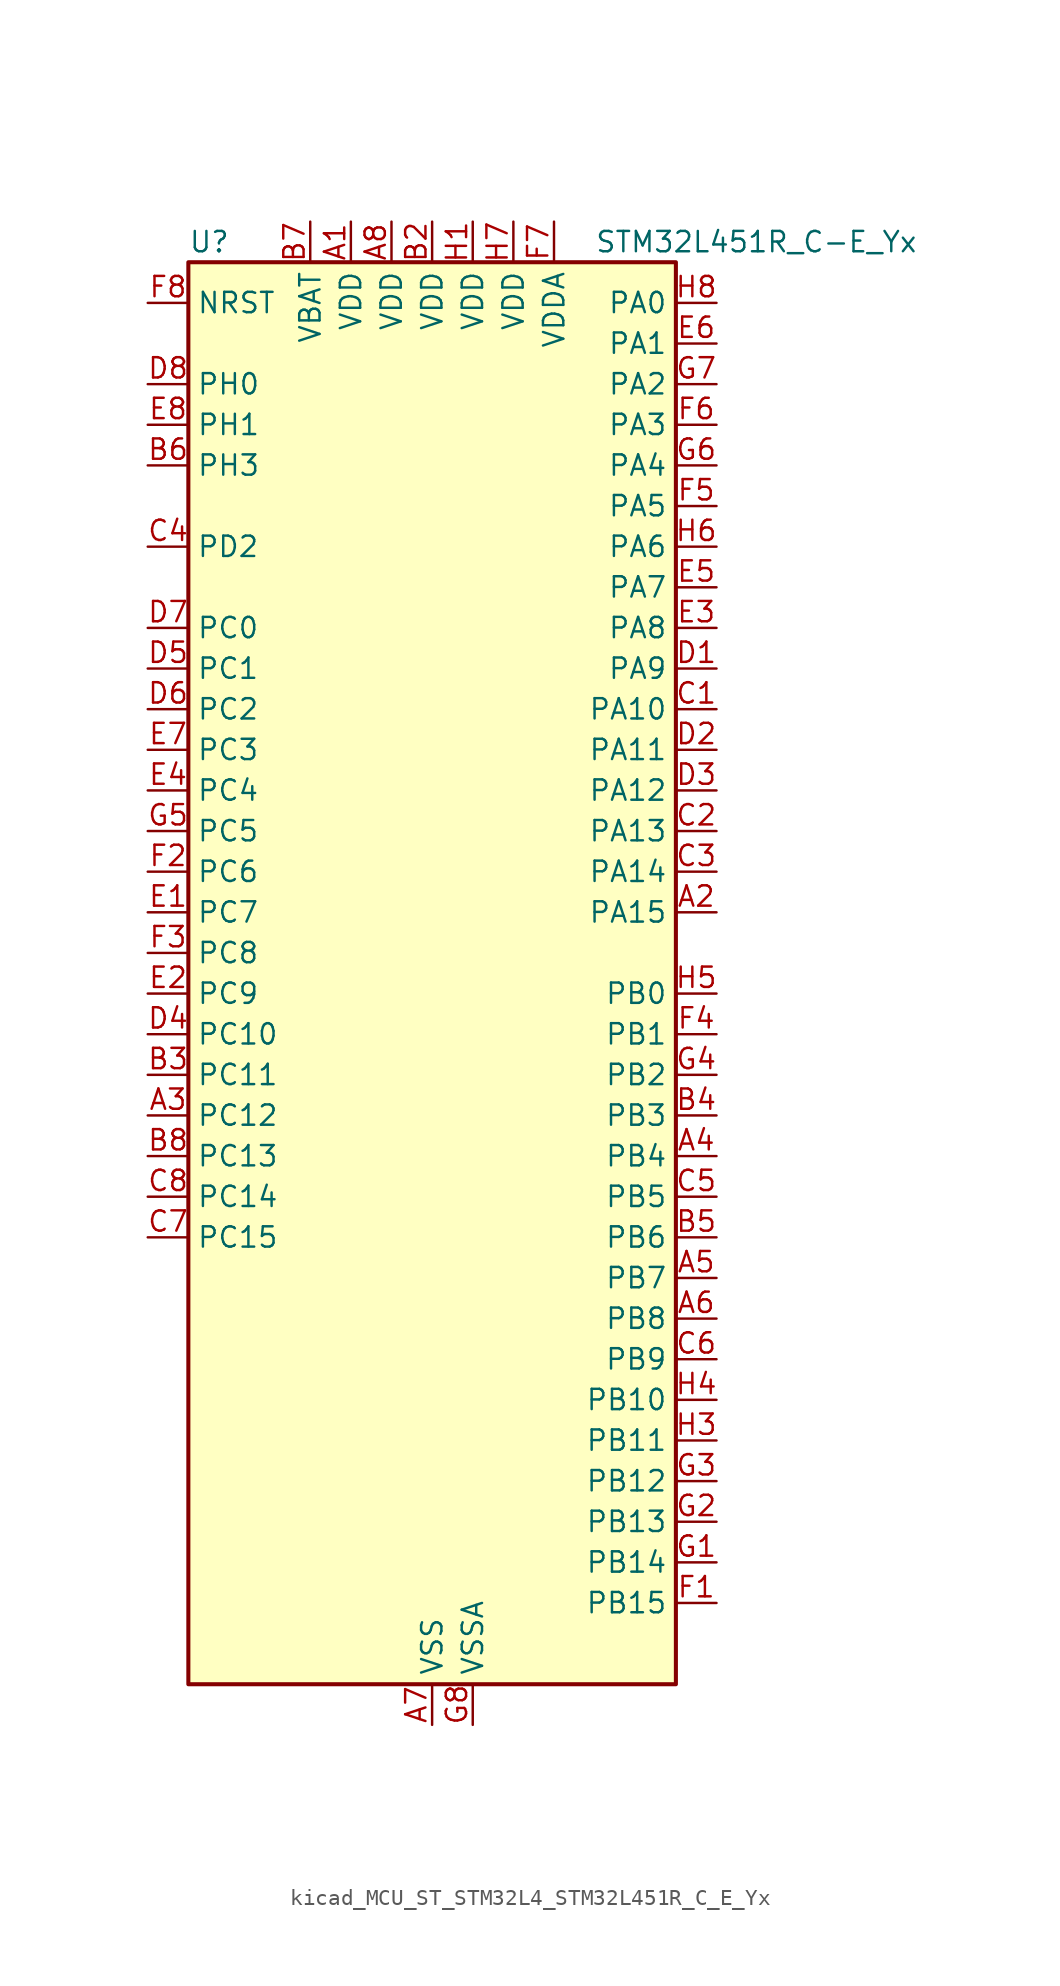
<source format=kicad_sym>
(kicad_symbol_lib
  (version 20220914)
  (generator kicad_symbol_editor)
  (symbol "kicad_MCU_ST_STM32L4_STM32L451R_C_E_Yx"
    (property "Reference" "U"
      (at -15.24 46.99 0)
      (effects (font (size 1.27 1.27)) (justify left)))
    (property "Value" "STM32L451R_C-E_Yx"
      (at 10.16 46.99 0)
      (effects (font (size 1.27 1.27)) (justify left)))
    (property "ki_locked" ""
      (at 0 0 0)
      (effects (font (size 1.27 1.27))))
    (symbol "kicad_MCU_ST_STM32L4_STM32L451R_C_E_Yx_0_1"
      (rectangle (start -15.24 -43.18) (end 15.24 45.72) (stroke (width 0.254) (type default)) (fill (type background))))
    (symbol "kicad_MCU_ST_STM32L4_STM32L451R_C_E_Yx_1_1"
      (pin power_in line (at -5.08 48.26 270) (length 2.54) (name "VDD" (effects (font (size 1.27 1.27)))) (number "A1" (effects (font (size 1.27 1.27)))))
      (pin bidirectional line (at 17.78 5.08 180) (length 2.54) (name "PA15" (effects (font (size 1.27 1.27)))) (number "A2" (effects (font (size 1.27 1.27)))) (alternate "ADC1_EXTI15" bidirectional line) (alternate "SPI1_NSS" bidirectional line) (alternate "SPI3_NSS" bidirectional line) (alternate "SYS_JTDI" bidirectional line) (alternate "TIM2_CH1" bidirectional line) (alternate "TIM2_ETR" bidirectional line) (alternate "TSC_G3_IO1" bidirectional line) (alternate "UART4_DE" bidirectional line) (alternate "UART4_RTS" bidirectional line) (alternate "USART2_RX" bidirectional line) (alternate "USART3_DE" bidirectional line) (alternate "USART3_RTS" bidirectional line))
      (pin bidirectional line (at -17.78 -7.62 0) (length 2.54) (name "PC12" (effects (font (size 1.27 1.27)))) (number "A3" (effects (font (size 1.27 1.27)))) (alternate "SDMMC1_CK" bidirectional line) (alternate "SPI3_MOSI" bidirectional line) (alternate "SYS_TRACED3" bidirectional line) (alternate "TSC_G3_IO4" bidirectional line) (alternate "USART3_CK" bidirectional line))
      (pin bidirectional line (at 17.78 -10.16 180) (length 2.54) (name "PB4" (effects (font (size 1.27 1.27)))) (number "A4" (effects (font (size 1.27 1.27)))) (alternate "COMP2_INP" bidirectional line) (alternate "I2C3_SDA" bidirectional line) (alternate "SAI1_MCLK_B" bidirectional line) (alternate "SPI1_MISO" bidirectional line) (alternate "SPI3_MISO" bidirectional line) (alternate "SYS_JTRST" bidirectional line) (alternate "TIM3_CH1" bidirectional line) (alternate "TSC_G2_IO1" bidirectional line) (alternate "USART1_CTS" bidirectional line))
      (pin bidirectional line (at 17.78 -17.78 180) (length 2.54) (name "PB7" (effects (font (size 1.27 1.27)))) (number "A5" (effects (font (size 1.27 1.27)))) (alternate "COMP2_INM" bidirectional line) (alternate "I2C1_SDA" bidirectional line) (alternate "I2C4_SDA" bidirectional line) (alternate "LPTIM1_IN2" bidirectional line) (alternate "SYS_PVD_IN" bidirectional line) (alternate "TSC_G2_IO4" bidirectional line) (alternate "UART4_CTS" bidirectional line) (alternate "USART1_RX" bidirectional line))
      (pin bidirectional line (at 17.78 -20.32 180) (length 2.54) (name "PB8" (effects (font (size 1.27 1.27)))) (number "A6" (effects (font (size 1.27 1.27)))) (alternate "CAN1_RX" bidirectional line) (alternate "I2C1_SCL" bidirectional line) (alternate "SAI1_MCLK_A" bidirectional line) (alternate "SDMMC1_D4" bidirectional line) (alternate "TIM16_CH1" bidirectional line))
      (pin power_in line (at 0 -45.72 90) (length 2.54) (name "VSS" (effects (font (size 1.27 1.27)))) (number "A7" (effects (font (size 1.27 1.27)))))
      (pin power_in line (at -2.54 48.26 270) (length 2.54) (name "VDD" (effects (font (size 1.27 1.27)))) (number "A8" (effects (font (size 1.27 1.27)))))
      (pin passive line (at 0 -45.72 90) (length 2.54) hide (name "VSS" (effects (font (size 1.27 1.27)))) (number "B1" (effects (font (size 1.27 1.27)))))
      (pin power_in line (at 0 48.26 270) (length 2.54) (name "VDD" (effects (font (size 1.27 1.27)))) (number "B2" (effects (font (size 1.27 1.27)))))
      (pin bidirectional line (at -17.78 -5.08 0) (length 2.54) (name "PC11" (effects (font (size 1.27 1.27)))) (number "B3" (effects (font (size 1.27 1.27)))) (alternate "ADC1_EXTI11" bidirectional line) (alternate "SDMMC1_D3" bidirectional line) (alternate "SPI3_MISO" bidirectional line) (alternate "TSC_G3_IO3" bidirectional line) (alternate "UART4_RX" bidirectional line) (alternate "USART3_RX" bidirectional line))
      (pin bidirectional line (at 17.78 -7.62 180) (length 2.54) (name "PB3" (effects (font (size 1.27 1.27)))) (number "B4" (effects (font (size 1.27 1.27)))) (alternate "COMP2_INM" bidirectional line) (alternate "SAI1_SCK_B" bidirectional line) (alternate "SPI1_SCK" bidirectional line) (alternate "SPI3_SCK" bidirectional line) (alternate "SYS_JTDO-SWO" bidirectional line) (alternate "TIM2_CH2" bidirectional line) (alternate "USART1_DE" bidirectional line) (alternate "USART1_RTS" bidirectional line))
      (pin bidirectional line (at 17.78 -15.24 180) (length 2.54) (name "PB6" (effects (font (size 1.27 1.27)))) (number "B5" (effects (font (size 1.27 1.27)))) (alternate "CAN1_TX" bidirectional line) (alternate "COMP2_INP" bidirectional line) (alternate "I2C1_SCL" bidirectional line) (alternate "I2C4_SCL" bidirectional line) (alternate "LPTIM1_ETR" bidirectional line) (alternate "SAI1_FS_B" bidirectional line) (alternate "TIM16_CH1N" bidirectional line) (alternate "TSC_G2_IO3" bidirectional line) (alternate "USART1_TX" bidirectional line))
      (pin bidirectional line (at -17.78 33.02 0) (length 2.54) (name "PH3" (effects (font (size 1.27 1.27)))) (number "B6" (effects (font (size 1.27 1.27)))))
      (pin power_in line (at -7.62 48.26 270) (length 2.54) (name "VBAT" (effects (font (size 1.27 1.27)))) (number "B7" (effects (font (size 1.27 1.27)))))
      (pin bidirectional line (at -17.78 -10.16 0) (length 2.54) (name "PC13" (effects (font (size 1.27 1.27)))) (number "B8" (effects (font (size 1.27 1.27)))) (alternate "RTC_OUT_ALARM" bidirectional line) (alternate "RTC_OUT_CALIB" bidirectional line) (alternate "RTC_TAMP1" bidirectional line) (alternate "RTC_TS" bidirectional line) (alternate "SYS_WKUP2" bidirectional line))
      (pin bidirectional line (at 17.78 17.78 180) (length 2.54) (name "PA10" (effects (font (size 1.27 1.27)))) (number "C1" (effects (font (size 1.27 1.27)))) (alternate "I2C1_SDA" bidirectional line) (alternate "SAI1_SD_A" bidirectional line) (alternate "TIM1_CH3" bidirectional line) (alternate "USART1_RX" bidirectional line))
      (pin bidirectional line (at 17.78 10.16 180) (length 2.54) (name "PA13" (effects (font (size 1.27 1.27)))) (number "C2" (effects (font (size 1.27 1.27)))) (alternate "IR_OUT" bidirectional line) (alternate "SAI1_SD_B" bidirectional line) (alternate "SYS_JTMS-SWDIO" bidirectional line))
      (pin bidirectional line (at 17.78 7.62 180) (length 2.54) (name "PA14" (effects (font (size 1.27 1.27)))) (number "C3" (effects (font (size 1.27 1.27)))) (alternate "I2C1_SMBA" bidirectional line) (alternate "I2C4_SMBA" bidirectional line) (alternate "LPTIM1_OUT" bidirectional line) (alternate "SAI1_FS_B" bidirectional line) (alternate "SYS_JTCK-SWCLK" bidirectional line))
      (pin bidirectional line (at -17.78 27.94 0) (length 2.54) (name "PD2" (effects (font (size 1.27 1.27)))) (number "C4" (effects (font (size 1.27 1.27)))) (alternate "SDMMC1_CMD" bidirectional line) (alternate "SYS_TRACED2" bidirectional line) (alternate "TIM3_ETR" bidirectional line) (alternate "TSC_SYNC" bidirectional line) (alternate "USART3_DE" bidirectional line) (alternate "USART3_RTS" bidirectional line))
      (pin bidirectional line (at 17.78 -12.7 180) (length 2.54) (name "PB5" (effects (font (size 1.27 1.27)))) (number "C5" (effects (font (size 1.27 1.27)))) (alternate "CAN1_RX" bidirectional line) (alternate "COMP2_OUT" bidirectional line) (alternate "I2C1_SMBA" bidirectional line) (alternate "LPTIM1_IN1" bidirectional line) (alternate "SAI1_SD_B" bidirectional line) (alternate "SPI1_MOSI" bidirectional line) (alternate "SPI3_MOSI" bidirectional line) (alternate "TIM16_BKIN" bidirectional line) (alternate "TIM3_CH2" bidirectional line) (alternate "TSC_G2_IO2" bidirectional line) (alternate "USART1_CK" bidirectional line))
      (pin bidirectional line (at 17.78 -22.86 180) (length 2.54) (name "PB9" (effects (font (size 1.27 1.27)))) (number "C6" (effects (font (size 1.27 1.27)))) (alternate "CAN1_TX" bidirectional line) (alternate "DAC1_EXTI9" bidirectional line) (alternate "I2C1_SDA" bidirectional line) (alternate "IR_OUT" bidirectional line) (alternate "SAI1_FS_A" bidirectional line) (alternate "SDMMC1_D5" bidirectional line) (alternate "SPI2_NSS" bidirectional line))
      (pin bidirectional line (at -17.78 -15.24 0) (length 2.54) (name "PC15" (effects (font (size 1.27 1.27)))) (number "C7" (effects (font (size 1.27 1.27)))) (alternate "ADC1_EXTI15" bidirectional line) (alternate "RCC_OSC32_OUT" bidirectional line))
      (pin bidirectional line (at -17.78 -12.7 0) (length 2.54) (name "PC14" (effects (font (size 1.27 1.27)))) (number "C8" (effects (font (size 1.27 1.27)))) (alternate "RCC_OSC32_IN" bidirectional line))
      (pin bidirectional line (at 17.78 20.32 180) (length 2.54) (name "PA9" (effects (font (size 1.27 1.27)))) (number "D1" (effects (font (size 1.27 1.27)))) (alternate "DAC1_EXTI9" bidirectional line) (alternate "DFSDM1_DATIN1" bidirectional line) (alternate "I2C1_SCL" bidirectional line) (alternate "SAI1_FS_A" bidirectional line) (alternate "TIM15_BKIN" bidirectional line) (alternate "TIM1_CH2" bidirectional line) (alternate "USART1_TX" bidirectional line))
      (pin bidirectional line (at 17.78 15.24 180) (length 2.54) (name "PA11" (effects (font (size 1.27 1.27)))) (number "D2" (effects (font (size 1.27 1.27)))) (alternate "ADC1_EXTI11" bidirectional line) (alternate "CAN1_RX" bidirectional line) (alternate "COMP1_OUT" bidirectional line) (alternate "SPI1_MISO" bidirectional line) (alternate "TIM1_BKIN2" bidirectional line) (alternate "TIM1_BKIN2_COMP1" bidirectional line) (alternate "TIM1_CH4" bidirectional line) (alternate "USART1_CTS" bidirectional line))
      (pin bidirectional line (at 17.78 12.7 180) (length 2.54) (name "PA12" (effects (font (size 1.27 1.27)))) (number "D3" (effects (font (size 1.27 1.27)))) (alternate "CAN1_TX" bidirectional line) (alternate "SPI1_MOSI" bidirectional line) (alternate "TIM1_ETR" bidirectional line) (alternate "USART1_DE" bidirectional line) (alternate "USART1_RTS" bidirectional line))
      (pin bidirectional line (at -17.78 -2.54 0) (length 2.54) (name "PC10" (effects (font (size 1.27 1.27)))) (number "D4" (effects (font (size 1.27 1.27)))) (alternate "SDMMC1_D2" bidirectional line) (alternate "SPI3_SCK" bidirectional line) (alternate "SYS_TRACED1" bidirectional line) (alternate "TSC_G3_IO2" bidirectional line) (alternate "UART4_TX" bidirectional line) (alternate "USART3_TX" bidirectional line))
      (pin bidirectional line (at -17.78 20.32 0) (length 2.54) (name "PC1" (effects (font (size 1.27 1.27)))) (number "D5" (effects (font (size 1.27 1.27)))) (alternate "ADC1_IN2" bidirectional line) (alternate "I2C3_SDA" bidirectional line) (alternate "I2C4_SDA" bidirectional line) (alternate "LPTIM1_OUT" bidirectional line) (alternate "LPUART1_TX" bidirectional line) (alternate "SYS_TRACED0" bidirectional line))
      (pin bidirectional line (at -17.78 17.78 0) (length 2.54) (name "PC2" (effects (font (size 1.27 1.27)))) (number "D6" (effects (font (size 1.27 1.27)))) (alternate "ADC1_IN3" bidirectional line) (alternate "DFSDM1_CKOUT" bidirectional line) (alternate "LPTIM1_IN2" bidirectional line) (alternate "SPI2_MISO" bidirectional line))
      (pin bidirectional line (at -17.78 22.86 0) (length 2.54) (name "PC0" (effects (font (size 1.27 1.27)))) (number "D7" (effects (font (size 1.27 1.27)))) (alternate "ADC1_IN1" bidirectional line) (alternate "I2C3_SCL" bidirectional line) (alternate "I2C4_SCL" bidirectional line) (alternate "LPTIM1_IN1" bidirectional line) (alternate "LPTIM2_IN1" bidirectional line) (alternate "LPUART1_RX" bidirectional line))
      (pin bidirectional line (at -17.78 38.1 0) (length 2.54) (name "PH0" (effects (font (size 1.27 1.27)))) (number "D8" (effects (font (size 1.27 1.27)))) (alternate "RCC_OSC_IN" bidirectional line))
      (pin bidirectional line (at -17.78 5.08 0) (length 2.54) (name "PC7" (effects (font (size 1.27 1.27)))) (number "E1" (effects (font (size 1.27 1.27)))) (alternate "DFSDM1_DATIN3" bidirectional line) (alternate "SDMMC1_D7" bidirectional line) (alternate "TIM3_CH2" bidirectional line) (alternate "TSC_G4_IO2" bidirectional line))
      (pin bidirectional line (at -17.78 0 0) (length 2.54) (name "PC9" (effects (font (size 1.27 1.27)))) (number "E2" (effects (font (size 1.27 1.27)))) (alternate "DAC1_EXTI9" bidirectional line) (alternate "SDMMC1_D1" bidirectional line) (alternate "TIM3_CH4" bidirectional line) (alternate "TSC_G4_IO4" bidirectional line))
      (pin bidirectional line (at 17.78 22.86 180) (length 2.54) (name "PA8" (effects (font (size 1.27 1.27)))) (number "E3" (effects (font (size 1.27 1.27)))) (alternate "DFSDM1_CKIN1" bidirectional line) (alternate "LPTIM2_OUT" bidirectional line) (alternate "RCC_MCO" bidirectional line) (alternate "SAI1_SCK_A" bidirectional line) (alternate "TIM1_CH1" bidirectional line) (alternate "USART1_CK" bidirectional line))
      (pin bidirectional line (at -17.78 12.7 0) (length 2.54) (name "PC4" (effects (font (size 1.27 1.27)))) (number "E4" (effects (font (size 1.27 1.27)))) (alternate "ADC1_IN13" bidirectional line) (alternate "COMP1_INM" bidirectional line) (alternate "USART3_TX" bidirectional line))
      (pin bidirectional line (at 17.78 25.4 180) (length 2.54) (name "PA7" (effects (font (size 1.27 1.27)))) (number "E5" (effects (font (size 1.27 1.27)))) (alternate "ADC1_IN12" bidirectional line) (alternate "COMP2_OUT" bidirectional line) (alternate "DFSDM1_DATIN0" bidirectional line) (alternate "I2C3_SCL" bidirectional line) (alternate "QUADSPI_BK1_IO2" bidirectional line) (alternate "SPI1_MOSI" bidirectional line) (alternate "TIM1_CH1N" bidirectional line) (alternate "TIM3_CH2" bidirectional line))
      (pin bidirectional line (at 17.78 40.64 180) (length 2.54) (name "PA1" (effects (font (size 1.27 1.27)))) (number "E6" (effects (font (size 1.27 1.27)))) (alternate "ADC1_IN6" bidirectional line) (alternate "COMP1_INP" bidirectional line) (alternate "I2C1_SMBA" bidirectional line) (alternate "OPAMP1_VINM" bidirectional line) (alternate "SPI1_SCK" bidirectional line) (alternate "TIM15_CH1N" bidirectional line) (alternate "TIM2_CH2" bidirectional line) (alternate "UART4_RX" bidirectional line) (alternate "USART2_DE" bidirectional line) (alternate "USART2_RTS" bidirectional line))
      (pin bidirectional line (at -17.78 15.24 0) (length 2.54) (name "PC3" (effects (font (size 1.27 1.27)))) (number "E7" (effects (font (size 1.27 1.27)))) (alternate "ADC1_IN4" bidirectional line) (alternate "LPTIM1_ETR" bidirectional line) (alternate "LPTIM2_ETR" bidirectional line) (alternate "SAI1_SD_A" bidirectional line) (alternate "SPI2_MOSI" bidirectional line))
      (pin bidirectional line (at -17.78 35.56 0) (length 2.54) (name "PH1" (effects (font (size 1.27 1.27)))) (number "E8" (effects (font (size 1.27 1.27)))) (alternate "RCC_OSC_OUT" bidirectional line))
      (pin bidirectional line (at 17.78 -38.1 180) (length 2.54) (name "PB15" (effects (font (size 1.27 1.27)))) (number "F1" (effects (font (size 1.27 1.27)))) (alternate "ADC1_EXTI15" bidirectional line) (alternate "DFSDM1_CKIN2" bidirectional line) (alternate "RTC_REFIN" bidirectional line) (alternate "SAI1_SD_A" bidirectional line) (alternate "SPI2_MOSI" bidirectional line) (alternate "TIM15_CH2" bidirectional line) (alternate "TIM1_CH3N" bidirectional line) (alternate "TSC_G1_IO4" bidirectional line))
      (pin bidirectional line (at -17.78 7.62 0) (length 2.54) (name "PC6" (effects (font (size 1.27 1.27)))) (number "F2" (effects (font (size 1.27 1.27)))) (alternate "DFSDM1_CKIN3" bidirectional line) (alternate "SDMMC1_D6" bidirectional line) (alternate "TIM3_CH1" bidirectional line) (alternate "TSC_G4_IO1" bidirectional line))
      (pin bidirectional line (at -17.78 2.54 0) (length 2.54) (name "PC8" (effects (font (size 1.27 1.27)))) (number "F3" (effects (font (size 1.27 1.27)))) (alternate "SDMMC1_D0" bidirectional line) (alternate "TIM3_CH3" bidirectional line) (alternate "TSC_G4_IO3" bidirectional line))
      (pin bidirectional line (at 17.78 -2.54 180) (length 2.54) (name "PB1" (effects (font (size 1.27 1.27)))) (number "F4" (effects (font (size 1.27 1.27)))) (alternate "ADC1_IN16" bidirectional line) (alternate "COMP1_INM" bidirectional line) (alternate "DFSDM1_DATIN0" bidirectional line) (alternate "LPTIM2_IN1" bidirectional line) (alternate "LPUART1_DE" bidirectional line) (alternate "LPUART1_RTS" bidirectional line) (alternate "QUADSPI_BK1_IO0" bidirectional line) (alternate "TIM1_CH3N" bidirectional line) (alternate "TIM3_CH4" bidirectional line) (alternate "USART3_DE" bidirectional line) (alternate "USART3_RTS" bidirectional line))
      (pin bidirectional line (at 17.78 30.48 180) (length 2.54) (name "PA5" (effects (font (size 1.27 1.27)))) (number "F5" (effects (font (size 1.27 1.27)))) (alternate "ADC1_IN10" bidirectional line) (alternate "COMP1_INM" bidirectional line) (alternate "COMP2_INM" bidirectional line) (alternate "DFSDM1_CKOUT" bidirectional line) (alternate "LPTIM2_ETR" bidirectional line) (alternate "SPI1_SCK" bidirectional line) (alternate "TIM2_CH1" bidirectional line) (alternate "TIM2_ETR" bidirectional line))
      (pin bidirectional line (at 17.78 35.56 180) (length 2.54) (name "PA3" (effects (font (size 1.27 1.27)))) (number "F6" (effects (font (size 1.27 1.27)))) (alternate "ADC1_IN8" bidirectional line) (alternate "COMP2_INP" bidirectional line) (alternate "LPUART1_RX" bidirectional line) (alternate "OPAMP1_VOUT" bidirectional line) (alternate "QUADSPI_CLK" bidirectional line) (alternate "SAI1_MCLK_A" bidirectional line) (alternate "TIM15_CH2" bidirectional line) (alternate "TIM2_CH4" bidirectional line) (alternate "USART2_RX" bidirectional line))
      (pin power_in line (at 7.62 48.26 270) (length 2.54) (name "VDDA" (effects (font (size 1.27 1.27)))) (number "F7" (effects (font (size 1.27 1.27)))))
      (pin input line (at -17.78 43.18 0) (length 2.54) (name "NRST" (effects (font (size 1.27 1.27)))) (number "F8" (effects (font (size 1.27 1.27)))))
      (pin bidirectional line (at 17.78 -35.56 180) (length 2.54) (name "PB14" (effects (font (size 1.27 1.27)))) (number "G1" (effects (font (size 1.27 1.27)))) (alternate "DFSDM1_DATIN2" bidirectional line) (alternate "I2C2_SDA" bidirectional line) (alternate "SAI1_MCLK_A" bidirectional line) (alternate "SPI2_MISO" bidirectional line) (alternate "TIM15_CH1" bidirectional line) (alternate "TIM1_CH2N" bidirectional line) (alternate "TSC_G1_IO3" bidirectional line) (alternate "USART3_DE" bidirectional line) (alternate "USART3_RTS" bidirectional line))
      (pin bidirectional line (at 17.78 -33.02 180) (length 2.54) (name "PB13" (effects (font (size 1.27 1.27)))) (number "G2" (effects (font (size 1.27 1.27)))) (alternate "CAN1_TX" bidirectional line) (alternate "DFSDM1_CKIN1" bidirectional line) (alternate "I2C2_SCL" bidirectional line) (alternate "LPUART1_CTS" bidirectional line) (alternate "SAI1_SCK_A" bidirectional line) (alternate "SPI2_SCK" bidirectional line) (alternate "TIM15_CH1N" bidirectional line) (alternate "TIM1_CH1N" bidirectional line) (alternate "TSC_G1_IO2" bidirectional line) (alternate "USART3_CTS" bidirectional line))
      (pin bidirectional line (at 17.78 -30.48 180) (length 2.54) (name "PB12" (effects (font (size 1.27 1.27)))) (number "G3" (effects (font (size 1.27 1.27)))) (alternate "CAN1_RX" bidirectional line) (alternate "DFSDM1_DATIN1" bidirectional line) (alternate "I2C2_SMBA" bidirectional line) (alternate "LPUART1_DE" bidirectional line) (alternate "LPUART1_RTS" bidirectional line) (alternate "SAI1_FS_A" bidirectional line) (alternate "SPI2_NSS" bidirectional line) (alternate "TIM15_BKIN" bidirectional line) (alternate "TIM1_BKIN" bidirectional line) (alternate "TIM1_BKIN_COMP2" bidirectional line) (alternate "TSC_G1_IO1" bidirectional line) (alternate "USART3_CK" bidirectional line))
      (pin bidirectional line (at 17.78 -5.08 180) (length 2.54) (name "PB2" (effects (font (size 1.27 1.27)))) (number "G4" (effects (font (size 1.27 1.27)))) (alternate "COMP1_INP" bidirectional line) (alternate "DFSDM1_CKIN0" bidirectional line) (alternate "I2C3_SMBA" bidirectional line) (alternate "LPTIM1_OUT" bidirectional line) (alternate "RTC_OUT_ALARM" bidirectional line) (alternate "RTC_OUT_CALIB" bidirectional line))
      (pin bidirectional line (at -17.78 10.16 0) (length 2.54) (name "PC5" (effects (font (size 1.27 1.27)))) (number "G5" (effects (font (size 1.27 1.27)))) (alternate "ADC1_IN14" bidirectional line) (alternate "COMP1_INP" bidirectional line) (alternate "SYS_WKUP5" bidirectional line) (alternate "USART3_RX" bidirectional line))
      (pin bidirectional line (at 17.78 33.02 180) (length 2.54) (name "PA4" (effects (font (size 1.27 1.27)))) (number "G6" (effects (font (size 1.27 1.27)))) (alternate "ADC1_IN9" bidirectional line) (alternate "COMP1_INM" bidirectional line) (alternate "COMP2_INM" bidirectional line) (alternate "DAC1_OUT1" bidirectional line) (alternate "LPTIM2_OUT" bidirectional line) (alternate "SAI1_FS_B" bidirectional line) (alternate "SPI1_NSS" bidirectional line) (alternate "SPI3_NSS" bidirectional line) (alternate "USART2_CK" bidirectional line))
      (pin bidirectional line (at 17.78 38.1 180) (length 2.54) (name "PA2" (effects (font (size 1.27 1.27)))) (number "G7" (effects (font (size 1.27 1.27)))) (alternate "ADC1_IN7" bidirectional line) (alternate "COMP2_INM" bidirectional line) (alternate "COMP2_OUT" bidirectional line) (alternate "LPUART1_TX" bidirectional line) (alternate "QUADSPI_BK1_NCS" bidirectional line) (alternate "RCC_LSCO" bidirectional line) (alternate "SYS_WKUP4" bidirectional line) (alternate "TIM15_CH1" bidirectional line) (alternate "TIM2_CH3" bidirectional line) (alternate "USART2_TX" bidirectional line))
      (pin power_in line (at 2.54 -45.72 90) (length 2.54) (name "VSSA" (effects (font (size 1.27 1.27)))) (number "G8" (effects (font (size 1.27 1.27)))))
      (pin power_in line (at 2.54 48.26 270) (length 2.54) (name "VDD" (effects (font (size 1.27 1.27)))) (number "H1" (effects (font (size 1.27 1.27)))))
      (pin passive line (at 0 -45.72 90) (length 2.54) hide (name "VSS" (effects (font (size 1.27 1.27)))) (number "H2" (effects (font (size 1.27 1.27)))))
      (pin bidirectional line (at 17.78 -27.94 180) (length 2.54) (name "PB11" (effects (font (size 1.27 1.27)))) (number "H3" (effects (font (size 1.27 1.27)))) (alternate "ADC1_EXTI11" bidirectional line) (alternate "COMP2_OUT" bidirectional line) (alternate "I2C2_SDA" bidirectional line) (alternate "I2C4_SDA" bidirectional line) (alternate "LPUART1_TX" bidirectional line) (alternate "QUADSPI_BK1_NCS" bidirectional line) (alternate "TIM2_CH4" bidirectional line) (alternate "USART3_RX" bidirectional line))
      (pin bidirectional line (at 17.78 -25.4 180) (length 2.54) (name "PB10" (effects (font (size 1.27 1.27)))) (number "H4" (effects (font (size 1.27 1.27)))) (alternate "COMP1_OUT" bidirectional line) (alternate "I2C2_SCL" bidirectional line) (alternate "I2C4_SCL" bidirectional line) (alternate "LPUART1_RX" bidirectional line) (alternate "QUADSPI_CLK" bidirectional line) (alternate "SAI1_SCK_A" bidirectional line) (alternate "SPI2_SCK" bidirectional line) (alternate "TIM2_CH3" bidirectional line) (alternate "TSC_SYNC" bidirectional line) (alternate "USART3_TX" bidirectional line))
      (pin bidirectional line (at 17.78 0 180) (length 2.54) (name "PB0" (effects (font (size 1.27 1.27)))) (number "H5" (effects (font (size 1.27 1.27)))) (alternate "ADC1_IN15" bidirectional line) (alternate "COMP1_OUT" bidirectional line) (alternate "DFSDM1_CKIN0" bidirectional line) (alternate "QUADSPI_BK1_IO1" bidirectional line) (alternate "SAI1_EXTCLK" bidirectional line) (alternate "SPI1_NSS" bidirectional line) (alternate "TIM1_CH2N" bidirectional line) (alternate "TIM3_CH3" bidirectional line) (alternate "USART3_CK" bidirectional line))
      (pin bidirectional line (at 17.78 27.94 180) (length 2.54) (name "PA6" (effects (font (size 1.27 1.27)))) (number "H6" (effects (font (size 1.27 1.27)))) (alternate "ADC1_IN11" bidirectional line) (alternate "COMP1_OUT" bidirectional line) (alternate "LPUART1_CTS" bidirectional line) (alternate "QUADSPI_BK1_IO3" bidirectional line) (alternate "SPI1_MISO" bidirectional line) (alternate "TIM16_CH1" bidirectional line) (alternate "TIM1_BKIN" bidirectional line) (alternate "TIM1_BKIN_COMP2" bidirectional line) (alternate "TIM3_CH1" bidirectional line) (alternate "USART3_CTS" bidirectional line))
      (pin power_in line (at 5.08 48.26 270) (length 2.54) (name "VDD" (effects (font (size 1.27 1.27)))) (number "H7" (effects (font (size 1.27 1.27)))))
      (pin bidirectional line (at 17.78 43.18 180) (length 2.54) (name "PA0" (effects (font (size 1.27 1.27)))) (number "H8" (effects (font (size 1.27 1.27)))) (alternate "ADC1_IN5" bidirectional line) (alternate "COMP1_INM" bidirectional line) (alternate "COMP1_OUT" bidirectional line) (alternate "OPAMP1_VINP" bidirectional line) (alternate "RTC_TAMP2" bidirectional line) (alternate "SAI1_EXTCLK" bidirectional line) (alternate "SYS_WKUP1" bidirectional line) (alternate "TIM2_CH1" bidirectional line) (alternate "TIM2_ETR" bidirectional line) (alternate "UART4_TX" bidirectional line) (alternate "USART2_CTS" bidirectional line)))))
</source>
